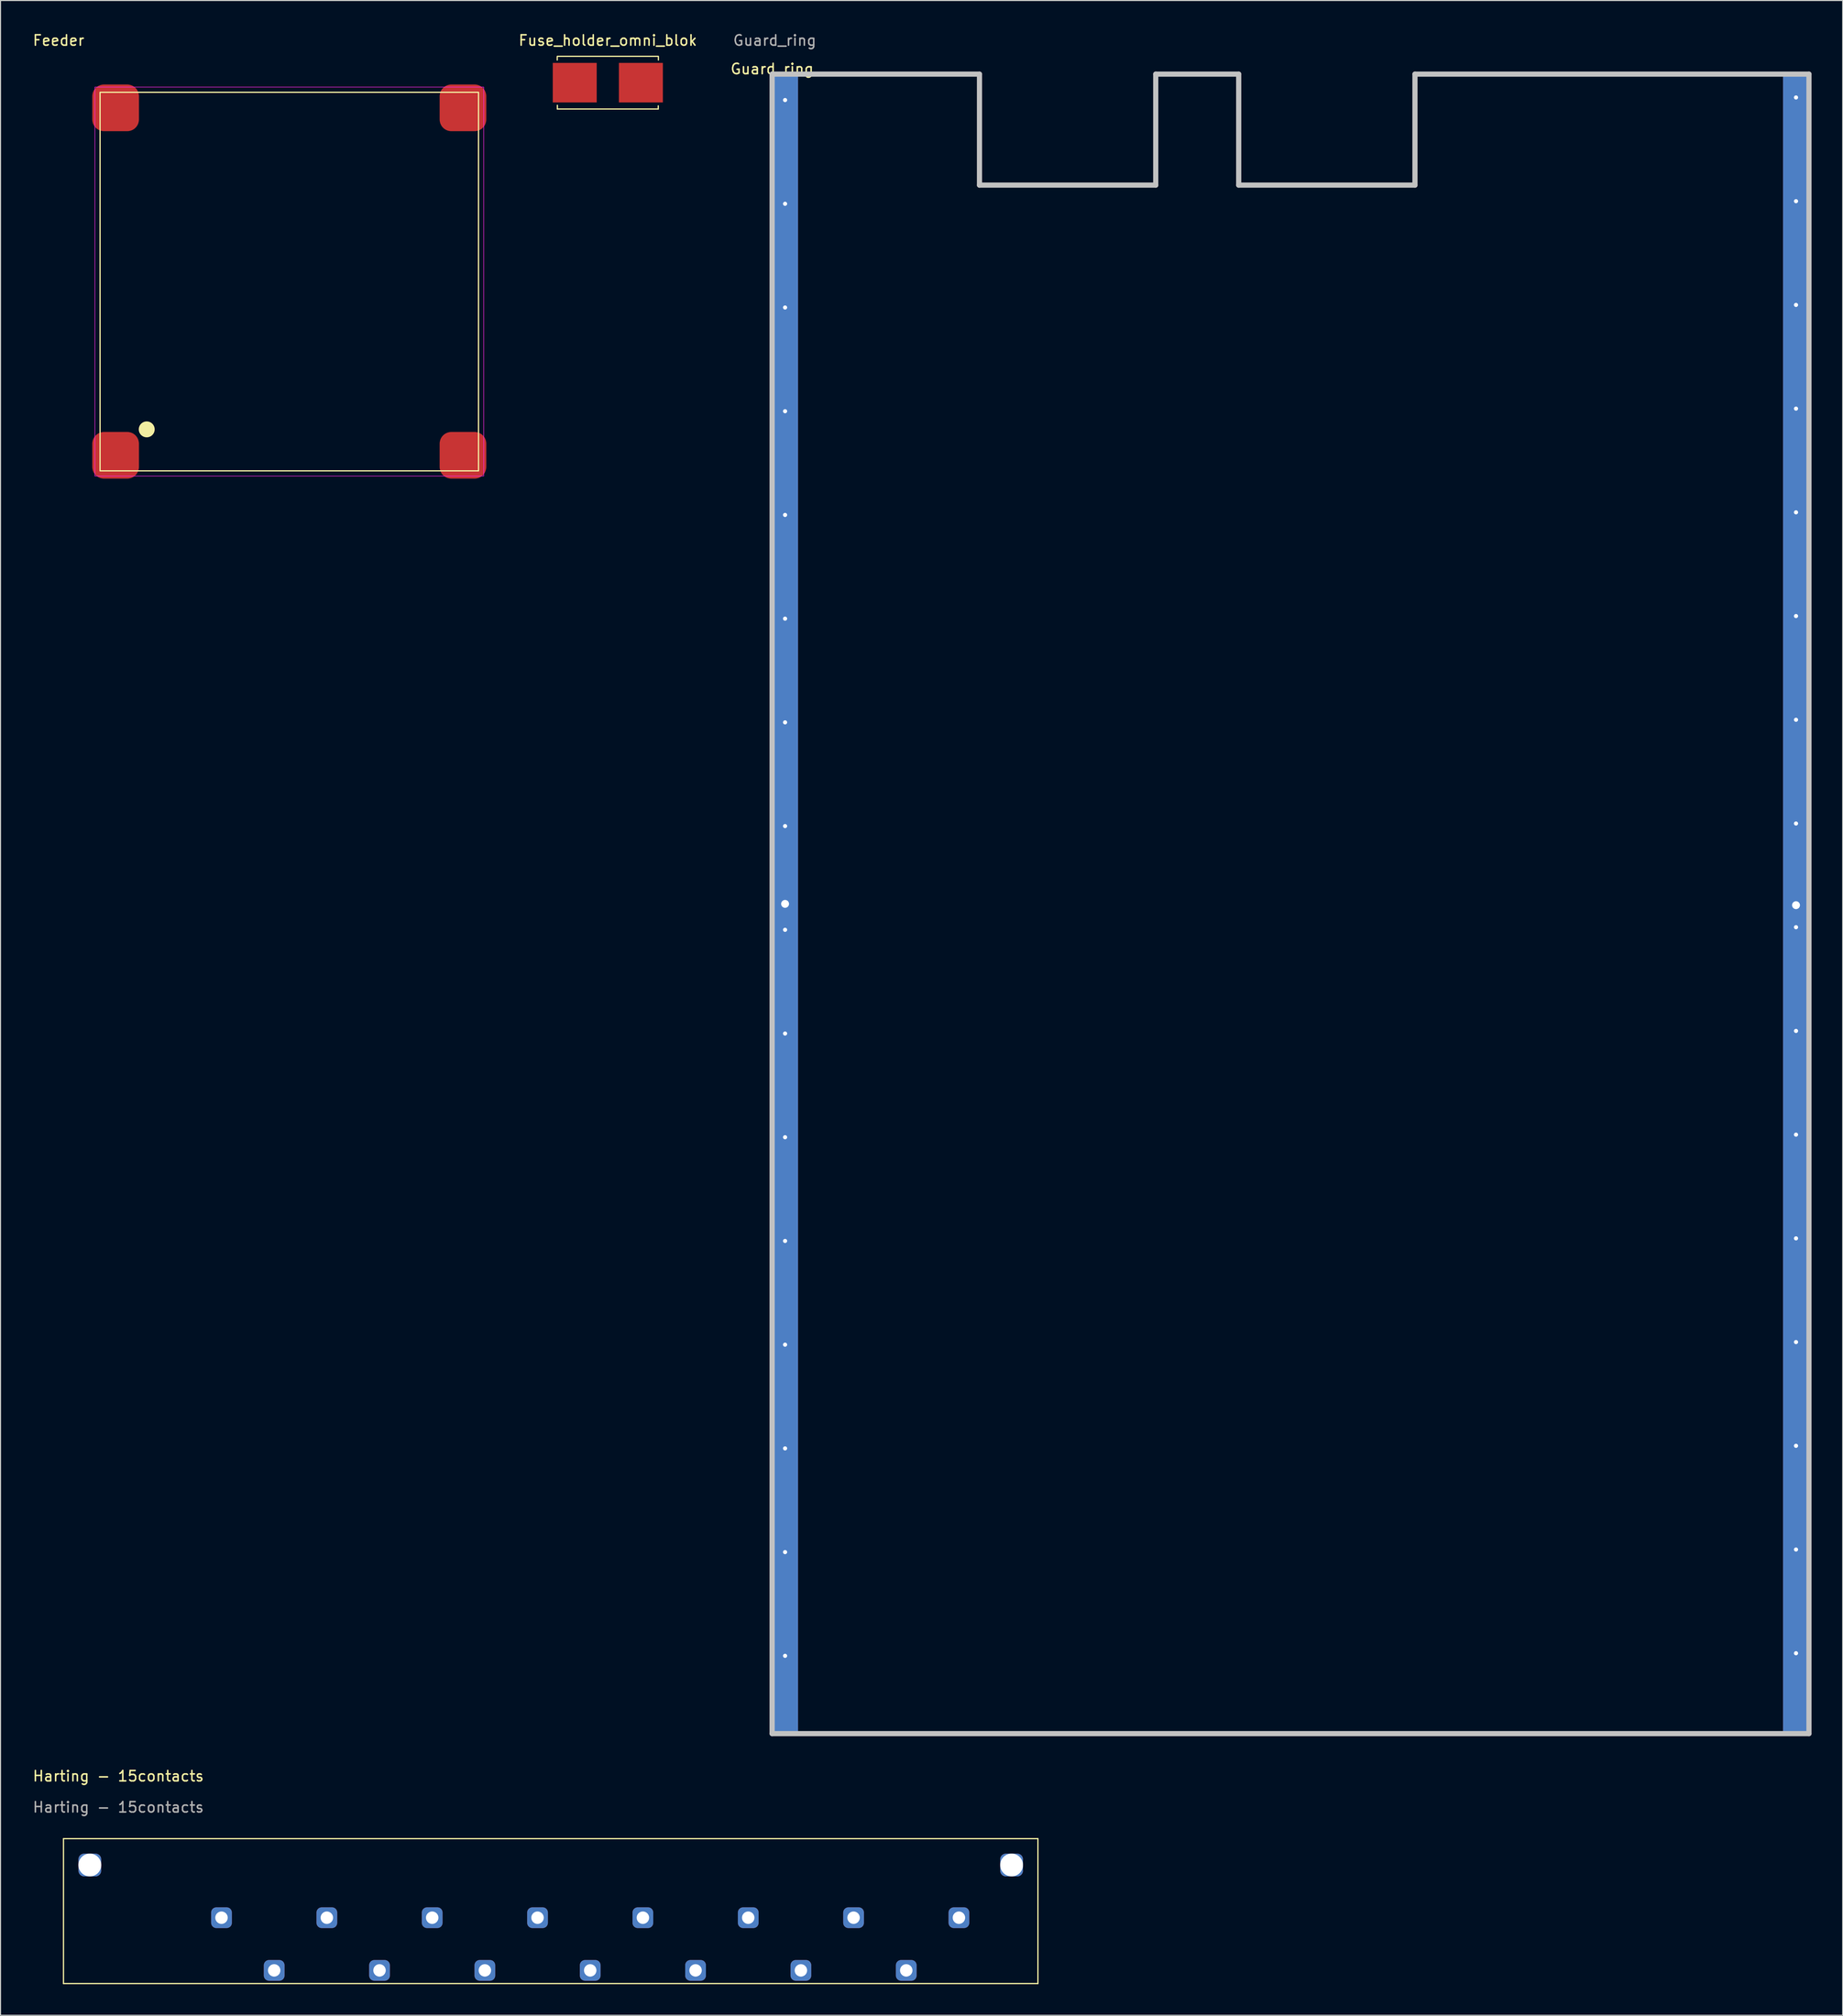
<source format=kicad_pcb>
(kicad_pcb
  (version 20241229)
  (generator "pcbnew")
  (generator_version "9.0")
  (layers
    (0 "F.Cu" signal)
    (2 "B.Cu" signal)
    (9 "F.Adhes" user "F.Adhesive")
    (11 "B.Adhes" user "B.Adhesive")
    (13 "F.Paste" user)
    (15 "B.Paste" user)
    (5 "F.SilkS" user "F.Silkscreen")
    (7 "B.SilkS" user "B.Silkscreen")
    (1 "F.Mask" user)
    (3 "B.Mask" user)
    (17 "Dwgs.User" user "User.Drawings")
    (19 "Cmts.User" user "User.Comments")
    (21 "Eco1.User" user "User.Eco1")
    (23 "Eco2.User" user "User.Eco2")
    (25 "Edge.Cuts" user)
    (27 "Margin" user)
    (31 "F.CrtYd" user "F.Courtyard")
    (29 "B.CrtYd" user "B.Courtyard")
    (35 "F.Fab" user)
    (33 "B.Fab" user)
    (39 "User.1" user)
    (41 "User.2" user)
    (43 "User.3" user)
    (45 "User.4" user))
  (footprint "Guard_ring"
    (layer "F.Cu")
    (at 71.417 4.098)
    (property "Reference" "Guard_ring" (at 0 -0.5 0) (unlocked yes) (layer "F.SilkS") (effects (font (size 1 1) (thickness 0.15))))
    (attr through_hole exclude_from_pos_files exclude_from_bom allow_missing_courtyard)
    (fp_line (start 0 0) (end 0 160) (stroke (width 0.5) (type solid)) (layer "Dwgs.User"))
    (fp_line (start 0 0) (end 20 0) (stroke (width 0.5) (type solid)) (layer "Dwgs.User"))
    (fp_line (start 0 160) (end 100 160) (stroke (width 0.5) (type solid)) (layer "Dwgs.User"))
    (fp_line (start 20 0) (end 20 10.7) (stroke (width 0.5) (type solid)) (layer "Dwgs.User"))
    (fp_line (start 20 10.7) (end 37 10.7) (stroke (width 0.5) (type solid)) (layer "Dwgs.User"))
    (fp_line (start 37 0) (end 37 10.7) (stroke (width 0.5) (type solid)) (layer "Dwgs.User"))
    (fp_line (start 37 0) (end 45 0) (stroke (width 0.5) (type solid)) (layer "Dwgs.User"))
    (fp_line (start 45 0) (end 45 10.7) (stroke (width 0.5) (type solid)) (layer "Dwgs.User"))
    (fp_line (start 45 10.7) (end 62 10.7) (stroke (width 0.5) (type solid)) (layer "Dwgs.User"))
    (fp_line (start 62 0) (end 62 10.7) (stroke (width 0.5) (type solid)) (layer "Dwgs.User"))
    (fp_line (start 62 0) (end 100 0) (stroke (width 0.5) (type solid)) (layer "Dwgs.User"))
    (fp_line (start 100 160) (end 100 0) (stroke (width 0.5) (type solid)) (layer "Dwgs.User"))
    (fp_text user "${REFERENCE}" (at 0.25 -3.25 0) (unlocked yes) (layer "F.Fab") (effects (font (size 1 1) (thickness 0.15))))
    (pad "1" thru_hole circle (at 1.25 2.5) (size 0.8 0.8) (drill 0.4) (layers "*.Cu" "*.Mask"))
    (pad "1" thru_hole circle (at 1.25 12.5) (size 0.8 0.8) (drill 0.4) (layers "*.Cu" "*.Mask"))
    (pad "1" thru_hole circle (at 1.25 22.5) (size 0.8 0.8) (drill 0.4) (layers "*.Cu" "*.Mask"))
    (pad "1" thru_hole circle (at 1.25 32.5) (size 0.8 0.8) (drill 0.4) (layers "*.Cu" "*.Mask"))
    (pad "1" thru_hole circle (at 1.25 42.5) (size 0.8 0.8) (drill 0.4) (layers "*.Cu" "*.Mask"))
    (pad "1" thru_hole circle (at 1.25 52.5) (size 0.8 0.8) (drill 0.4) (layers "*.Cu" "*.Mask"))
    (pad "1" thru_hole circle (at 1.25 62.5) (size 0.8 0.8) (drill 0.4) (layers "*.Cu" "*.Mask"))
    (pad "1" thru_hole circle (at 1.25 72.5) (size 0.8 0.8) (drill 0.4) (layers "*.Cu" "*.Mask"))
    (pad "1" thru_hole rect (at 1.25 80) (size 2.5 160) (drill 0.762) (layers "*.Cu" "*.Mask"))
    (pad "1" thru_hole circle (at 1.25 82.5) (size 0.8 0.8) (drill 0.4) (layers "*.Cu" "*.Mask"))
    (pad "1" thru_hole circle (at 1.25 92.5) (size 0.8 0.8) (drill 0.4) (layers "*.Cu" "*.Mask"))
    (pad "1" thru_hole circle (at 1.25 102.5) (size 0.8 0.8) (drill 0.4) (layers "*.Cu" "*.Mask"))
    (pad "1" thru_hole circle (at 1.25 112.5) (size 0.8 0.8) (drill 0.4) (layers "*.Cu" "*.Mask"))
    (pad "1" thru_hole circle (at 1.25 122.5) (size 0.8 0.8) (drill 0.4) (layers "*.Cu" "*.Mask"))
    (pad "1" thru_hole circle (at 1.25 132.5) (size 0.8 0.8) (drill 0.4) (layers "*.Cu" "*.Mask"))
    (pad "1" thru_hole circle (at 1.25 142.5) (size 0.8 0.8) (drill 0.4) (layers "*.Cu" "*.Mask"))
    (pad "1" thru_hole circle (at 1.25 152.5) (size 0.8 0.8) (drill 0.4) (layers "*.Cu" "*.Mask"))
    (pad "1" thru_hole circle (at 98.75 2.25) (size 0.8 0.8) (drill 0.4) (layers "*.Cu" "*.Mask"))
    (pad "1" thru_hole circle (at 98.75 12.25) (size 0.8 0.8) (drill 0.4) (layers "*.Cu" "*.Mask"))
    (pad "1" thru_hole circle (at 98.75 22.25) (size 0.8 0.8) (drill 0.4) (layers "*.Cu" "*.Mask"))
    (pad "1" thru_hole circle (at 98.75 32.25) (size 0.8 0.8) (drill 0.4) (layers "*.Cu" "*.Mask"))
    (pad "1" thru_hole circle (at 98.75 42.25) (size 0.8 0.8) (drill 0.4) (layers "*.Cu" "*.Mask"))
    (pad "1" thru_hole circle (at 98.75 52.25) (size 0.8 0.8) (drill 0.4) (layers "*.Cu" "*.Mask"))
    (pad "1" thru_hole circle (at 98.75 62.25) (size 0.8 0.8) (drill 0.4) (layers "*.Cu" "*.Mask"))
    (pad "1" thru_hole circle (at 98.75 72.25) (size 0.8 0.8) (drill 0.4) (layers "*.Cu" "*.Mask"))
    (pad "1" thru_hole rect (at 98.75 80.125) (size 2.5 160) (drill 0.762 (offset 0 -0.125)) (layers "*.Cu" "*.Mask"))
    (pad "1" thru_hole circle (at 98.75 82.25) (size 0.8 0.8) (drill 0.4) (layers "*.Cu" "*.Mask"))
    (pad "1" thru_hole circle (at 98.75 92.25) (size 0.8 0.8) (drill 0.4) (layers "*.Cu" "*.Mask"))
    (pad "1" thru_hole circle (at 98.75 102.25) (size 0.8 0.8) (drill 0.4) (layers "*.Cu" "*.Mask"))
    (pad "1" thru_hole circle (at 98.75 112.25) (size 0.8 0.8) (drill 0.4) (layers "*.Cu" "*.Mask"))
    (pad "1" thru_hole circle (at 98.75 122.25) (size 0.8 0.8) (drill 0.4) (layers "*.Cu" "*.Mask"))
    (pad "1" thru_hole circle (at 98.75 132.25) (size 0.8 0.8) (drill 0.4) (layers "*.Cu" "*.Mask"))
    (pad "1" thru_hole circle (at 98.75 142.25) (size 0.8 0.8) (drill 0.4) (layers "*.Cu" "*.Mask"))
    (pad "1" thru_hole circle (at 98.75 152.25) (size 0.8 0.8) (drill 0.4) (layers "*.Cu" "*.Mask")))
  (footprint "Fuse_holder_omni_blok"
    (layer "F.Cu")
    (at 55.571 4.92)
    (property "Reference" "Fuse_holder_omni_blok" (at 0 -4.072 0) (layer "F.SilkS") (effects (font (size 1 1) (thickness 0.15))))
    (attr smd)
    (fp_line (start -4.877 -2.515) (end -4.877 -2.184) (stroke (width 0.12) (type solid)) (layer "F.SilkS"))
    (fp_line (start -4.865 -2.54) (end 4.865 -2.54) (stroke (width 0.12) (type solid)) (layer "F.SilkS"))
    (fp_line (start -4.865 2.184) (end -4.865 2.54) (stroke (width 0.12) (type solid)) (layer "F.SilkS"))
    (fp_line (start 4.865 2.235) (end 4.865 2.54) (stroke (width 0.12) (type solid)) (layer "F.SilkS"))
    (fp_line (start 4.865 2.54) (end -4.865 2.54) (stroke (width 0.12) (type solid)) (layer "F.SilkS"))
    (fp_line (start 4.877 -2.515) (end 4.877 -2.184) (stroke (width 0.12) (type solid)) (layer "F.SilkS"))
    (pad "1" smd rect (at -3.19 0) (size 4.24 3.81) (layers "F.Cu" "F.Mask" "F.Paste"))
    (pad "2" smd rect (at 3.19 0) (size 4.24 3.81) (layers "F.Cu" "F.Mask" "F.Paste")))
  (footprint "Feeder"
    (layer "F.Cu")
    (at 6.601 5.848)
    (property "Reference" "Feeder" (at -4 -5 0) (unlocked yes) (layer "F.SilkS") (effects (font (size 1 1) (thickness 0.15))))
    (attr smd)
    (fp_rect (start 0 0) (end 36.5 36.5) (stroke (width 0.12) (type solid)) (fill no) (layer "F.SilkS"))
    (fp_circle (center 4.5 32.5) (end 5.207 32.5) (stroke (width 0.12) (type solid)) (fill yes) (layer "F.SilkS"))
    (fp_rect (start -0.5 -0.5) (end 37 37) (stroke (width 0.05) (type solid)) (fill no) (layer "F.CrtYd"))
    (pad "1" smd roundrect (at 1.5 35) (size 4.5 4.5) (layers "F.Cu" "F.Mask" "F.Paste") (roundrect_rratio 0.25))
    (pad "2" smd roundrect (at 35 35) (size 4.5 4.5) (layers "F.Cu" "F.Mask" "F.Paste") (roundrect_rratio 0.25))
    (pad "3" smd roundrect (at 35 1.5) (size 4.5 4.5) (layers "F.Cu" "F.Mask" "F.Paste") (roundrect_rratio 0.25))
    (pad "4" smd roundrect (at 1.5 1.5) (size 4.5 4.5) (layers "F.Cu" "F.Mask" "F.Paste") (roundrect_rratio 0.25)))
  (footprint "Harting - 15contacts"
    (layer "F.Cu")
    (at 18.313 181.846)
    (property "Reference" "Harting - 15contacts" (at -9.95 -13.65 0) (unlocked yes) (layer "F.SilkS") (effects (font (size 1 1) (thickness 0.15))))
    (attr through_hole)
    (fp_line (start -15.24 -7.62) (end -15.24 6.35) (stroke (width 0.12) (type default)) (layer "F.SilkS"))
    (fp_line (start -15.24 6.35) (end 78.74 6.35) (stroke (width 0.12) (type default)) (layer "F.SilkS"))
    (fp_line (start 78.74 -7.62) (end -15.24 -7.62) (stroke (width 0.12) (type default)) (layer "F.SilkS"))
    (fp_line (start 78.74 6.35) (end 78.74 -7.62) (stroke (width 0.12) (type default)) (layer "F.SilkS"))
    (fp_text user "${REFERENCE}" (at -9.95 -10.65 0) (unlocked yes) (layer "F.Fab") (effects (font (size 1 1) (thickness 0.15))))
    (pad "" np_thru_hole roundrect (at -12.7 -5.08) (size 2.2 2.2) (drill 2.8) (layers "*.Cu" "*.Mask") (roundrect_rratio 0.25))
    (pad "" np_thru_hole roundrect (at 76.2 -5.08) (size 2.2 2.2) (drill 2.8) (layers "*.Cu" "*.Mask") (roundrect_rratio 0.25))
    (pad "1" thru_hole roundrect (at 0 0) (size 2 2) (drill 1.2) (layers "*.Cu" "*.Mask") (roundrect_rratio 0.25))
    (pad "2" thru_hole roundrect (at 5.08 5.08) (size 2 2) (drill 1.2) (layers "*.Cu" "*.Mask") (roundrect_rratio 0.25))
    (pad "3" thru_hole roundrect (at 10.16 0) (size 2 2) (drill 1.2) (layers "*.Cu" "*.Mask") (roundrect_rratio 0.25))
    (pad "4" thru_hole roundrect (at 15.24 5.08) (size 2 2) (drill 1.2) (layers "*.Cu" "*.Mask") (roundrect_rratio 0.25))
    (pad "5" thru_hole roundrect (at 20.32 0) (size 2 2) (drill 1.2) (layers "*.Cu" "*.Mask") (roundrect_rratio 0.25))
    (pad "6" thru_hole roundrect (at 25.4 5.08) (size 2 2) (drill 1.2) (layers "*.Cu" "*.Mask") (roundrect_rratio 0.25))
    (pad "7" thru_hole roundrect (at 30.48 0) (size 2 2) (drill 1.2) (layers "*.Cu" "*.Mask") (roundrect_rratio 0.25))
    (pad "8" thru_hole roundrect (at 35.56 5.08) (size 2 2) (drill 1.2) (layers "*.Cu" "*.Mask") (roundrect_rratio 0.25))
    (pad "9" thru_hole roundrect (at 40.64 0) (size 2 2) (drill 1.2) (layers "*.Cu" "*.Mask") (roundrect_rratio 0.25))
    (pad "10" thru_hole roundrect (at 45.72 5.08) (size 2 2) (drill 1.2) (layers "*.Cu" "*.Mask") (roundrect_rratio 0.25))
    (pad "11" thru_hole roundrect (at 50.8 0) (size 2 2) (drill 1.2) (layers "*.Cu" "*.Mask") (roundrect_rratio 0.25))
    (pad "12" thru_hole roundrect (at 55.88 5.08) (size 2 2) (drill 1.2) (layers "*.Cu" "*.Mask") (roundrect_rratio 0.25))
    (pad "13" thru_hole roundrect (at 60.96 0) (size 2 2) (drill 1.2) (layers "*.Cu" "*.Mask") (roundrect_rratio 0.25))
    (pad "14" thru_hole roundrect (at 66.04 5.08) (size 2 2) (drill 1.2) (layers "*.Cu" "*.Mask") (roundrect_rratio 0.25))
    (pad "15" thru_hole roundrect (at 71.12 0) (size 2 2) (drill 1.2) (layers "*.Cu" "*.Mask") (roundrect_rratio 0.25)))
  (gr_rect
    (start -3 -3)
    (end 174.667 191.256)
    (stroke (width 0.1) (type default))
    (fill no)
    (layer "Edge.Cuts")))
</source>
